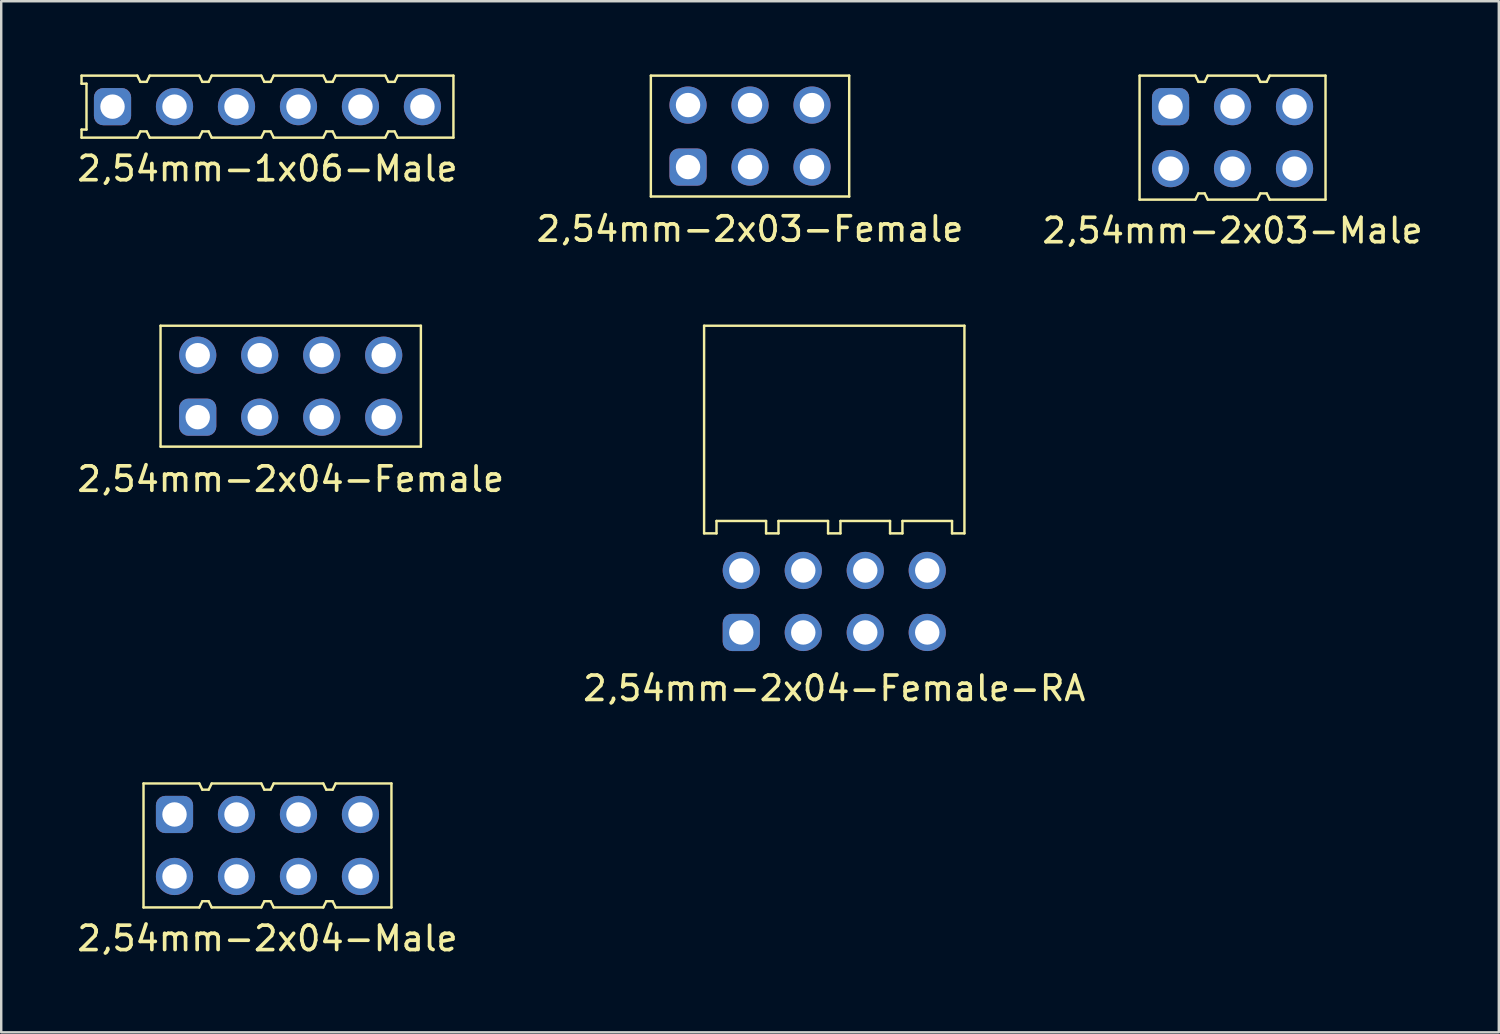
<source format=kicad_pcb>
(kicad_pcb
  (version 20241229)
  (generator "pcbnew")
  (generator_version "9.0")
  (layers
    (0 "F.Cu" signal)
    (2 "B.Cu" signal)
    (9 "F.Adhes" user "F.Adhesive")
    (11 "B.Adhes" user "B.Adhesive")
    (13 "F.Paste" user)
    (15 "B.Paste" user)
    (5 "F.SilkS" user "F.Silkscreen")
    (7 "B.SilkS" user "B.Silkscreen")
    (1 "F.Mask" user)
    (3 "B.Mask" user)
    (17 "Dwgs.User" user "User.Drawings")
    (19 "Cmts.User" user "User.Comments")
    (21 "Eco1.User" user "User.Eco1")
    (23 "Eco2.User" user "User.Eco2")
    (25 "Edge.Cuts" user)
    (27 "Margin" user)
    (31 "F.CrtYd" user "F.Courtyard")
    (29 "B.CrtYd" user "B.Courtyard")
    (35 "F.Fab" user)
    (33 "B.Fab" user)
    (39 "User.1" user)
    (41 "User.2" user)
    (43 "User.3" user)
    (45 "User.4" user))
  (footprint "2,54mm-2x03-Male"
    (layer "F.Cu")
    (at 47.458 2.59)
    (property "Reference" "2,54mm-2x03-Male" (at 0 3.81 0) (layer "F.SilkS") (effects (font (size 1 1) (thickness 0.15))))
    (attr through_hole)
    (fp_line (start -3.81 -2.54) (end -3.81 2.54) (stroke (width 0.1) (type solid)) (layer "F.SilkS"))
    (fp_line (start -3.81 2.54) (end -1.524 2.54) (stroke (width 0.1) (type solid)) (layer "F.SilkS"))
    (fp_line (start -1.524 -2.54) (end -3.81 -2.54) (stroke (width 0.1) (type solid)) (layer "F.SilkS"))
    (fp_line (start -1.524 2.54) (end -1.4 2.286) (stroke (width 0.1) (type solid)) (layer "F.SilkS"))
    (fp_line (start -1.4 -2.286) (end -1.524 -2.54) (stroke (width 0.1) (type solid)) (layer "F.SilkS"))
    (fp_line (start -1.4 2.286) (end -1.14 2.286) (stroke (width 0.1) (type solid)) (layer "F.SilkS"))
    (fp_line (start -1.14 -2.286) (end -1.4 -2.286) (stroke (width 0.1) (type solid)) (layer "F.SilkS"))
    (fp_line (start -1.14 2.286) (end -1.016 2.54) (stroke (width 0.1) (type solid)) (layer "F.SilkS"))
    (fp_line (start -1.016 -2.54) (end -1.14 -2.286) (stroke (width 0.1) (type solid)) (layer "F.SilkS"))
    (fp_line (start -1.016 2.54) (end 1.016 2.54) (stroke (width 0.1) (type solid)) (layer "F.SilkS"))
    (fp_line (start 1.016 -2.54) (end -1.016 -2.54) (stroke (width 0.1) (type solid)) (layer "F.SilkS"))
    (fp_line (start 1.016 2.54) (end 1.14 2.286) (stroke (width 0.1) (type solid)) (layer "F.SilkS"))
    (fp_line (start 1.14 -2.286) (end 1.016 -2.54) (stroke (width 0.1) (type solid)) (layer "F.SilkS"))
    (fp_line (start 1.14 2.286) (end 1.4 2.286) (stroke (width 0.1) (type solid)) (layer "F.SilkS"))
    (fp_line (start 1.4 -2.286) (end 1.14 -2.286) (stroke (width 0.1) (type solid)) (layer "F.SilkS"))
    (fp_line (start 1.4 2.286) (end 1.524 2.54) (stroke (width 0.1) (type solid)) (layer "F.SilkS"))
    (fp_line (start 1.524 -2.54) (end 1.4 -2.286) (stroke (width 0.1) (type solid)) (layer "F.SilkS"))
    (fp_line (start 1.524 2.54) (end 3.81 2.54) (stroke (width 0.1) (type solid)) (layer "F.SilkS"))
    (fp_line (start 3.81 -2.54) (end 1.524 -2.54) (stroke (width 0.1) (type solid)) (layer "F.SilkS"))
    (fp_line (start 3.81 2.54) (end 3.81 -2.54) (stroke (width 0.1) (type solid)) (layer "F.SilkS"))
    (pad "1" thru_hole roundrect (at -2.54 -1.27) (size 1.524 1.524) (drill 1) (layers "*.Cu" "*.Mask") (roundrect_rratio 0.25))
    (pad "2" thru_hole circle (at -2.54 1.27) (size 1.524 1.524) (drill 1) (layers "*.Cu" "*.Mask"))
    (pad "3" thru_hole circle (at 0 -1.27) (size 1.524 1.524) (drill 1) (layers "*.Cu" "*.Mask"))
    (pad "4" thru_hole circle (at 0 1.27) (size 1.524 1.524) (drill 1) (layers "*.Cu" "*.Mask"))
    (pad "5" thru_hole circle (at 2.54 -1.27) (size 1.524 1.524) (drill 1) (layers "*.Cu" "*.Mask"))
    (pad "6" thru_hole circle (at 2.54 1.27) (size 1.524 1.524) (drill 1) (layers "*.Cu" "*.Mask")))
  (footprint "2,54mm-2x03-Female"
    (layer "F.Cu")
    (at 27.685 2.526)
    (property "Reference" "2,54mm-2x03-Female" (at 0 3.81 0) (layer "F.SilkS") (effects (font (size 1 1) (thickness 0.15))))
    (attr through_hole)
    (fp_line (start -4.064 -2.477) (end -4.064 2.477) (stroke (width 0.1) (type solid)) (layer "F.SilkS"))
    (fp_line (start -4.064 2.477) (end 4.064 2.477) (stroke (width 0.1) (type solid)) (layer "F.SilkS"))
    (fp_line (start 4.064 -2.477) (end -4.064 -2.477) (stroke (width 0.1) (type solid)) (layer "F.SilkS"))
    (fp_line (start 4.064 2.477) (end 4.064 -2.477) (stroke (width 0.1) (type solid)) (layer "F.SilkS"))
    (pad "1" thru_hole roundrect (at -2.54 1.27) (size 1.524 1.524) (drill 1) (layers "*.Cu" "*.Mask") (roundrect_rratio 0.25))
    (pad "2" thru_hole circle (at -2.54 -1.27) (size 1.524 1.524) (drill 1) (layers "*.Cu" "*.Mask"))
    (pad "3" thru_hole circle (at 0 1.27) (size 1.524 1.524) (drill 1) (layers "*.Cu" "*.Mask"))
    (pad "4" thru_hole circle (at 0 -1.27) (size 1.524 1.524) (drill 1) (layers "*.Cu" "*.Mask"))
    (pad "5" thru_hole circle (at 2.54 1.27) (size 1.524 1.524) (drill 1) (layers "*.Cu" "*.Mask"))
    (pad "6" thru_hole circle (at 2.54 -1.27) (size 1.524 1.524) (drill 1) (layers "*.Cu" "*.Mask")))
  (footprint "2,54mm-1x06-Male"
    (layer "F.Cu")
    (at 7.911 1.32)
    (property "Reference" "2,54mm-1x06-Male" (at 0 2.54 0) (layer "F.SilkS") (effects (font (size 1 1) (thickness 0.15))))
    (attr through_hole)
    (fp_line (start -7.62 -1.27) (end -7.62 -0.94) (stroke (width 0.1) (type solid)) (layer "F.SilkS"))
    (fp_line (start -7.62 0.94) (end -7.62 1.27) (stroke (width 0.1) (type solid)) (layer "F.SilkS"))
    (fp_line (start -7.62 1.27) (end -5.334 1.27) (stroke (width 0.1) (type solid)) (layer "F.SilkS"))
    (fp_line (start -7.417 -0.94) (end -7.62 -0.94) (stroke (width 0.1) (type solid)) (layer "F.SilkS"))
    (fp_line (start -7.417 -0.94) (end -7.417 0.94) (stroke (width 0.1) (type solid)) (layer "F.SilkS"))
    (fp_line (start -7.417 0.94) (end -7.62 0.94) (stroke (width 0.1) (type solid)) (layer "F.SilkS"))
    (fp_line (start -5.334 -1.27) (end -7.62 -1.27) (stroke (width 0.1) (type solid)) (layer "F.SilkS"))
    (fp_line (start -5.334 1.27) (end -5.21 1.016) (stroke (width 0.1) (type solid)) (layer "F.SilkS"))
    (fp_line (start -5.21 -1.016) (end -5.334 -1.27) (stroke (width 0.1) (type solid)) (layer "F.SilkS"))
    (fp_line (start -5.21 1.016) (end -4.95 1.016) (stroke (width 0.1) (type solid)) (layer "F.SilkS"))
    (fp_line (start -4.95 -1.016) (end -5.21 -1.016) (stroke (width 0.1) (type solid)) (layer "F.SilkS"))
    (fp_line (start -4.95 1.016) (end -4.826 1.27) (stroke (width 0.1) (type solid)) (layer "F.SilkS"))
    (fp_line (start -4.826 -1.27) (end -4.95 -1.016) (stroke (width 0.1) (type solid)) (layer "F.SilkS"))
    (fp_line (start -4.826 1.27) (end -2.794 1.27) (stroke (width 0.1) (type solid)) (layer "F.SilkS"))
    (fp_line (start -2.794 -1.27) (end -4.826 -1.27) (stroke (width 0.1) (type solid)) (layer "F.SilkS"))
    (fp_line (start -2.794 1.27) (end -2.67 1.016) (stroke (width 0.1) (type solid)) (layer "F.SilkS"))
    (fp_line (start -2.67 -1.016) (end -2.794 -1.27) (stroke (width 0.1) (type solid)) (layer "F.SilkS"))
    (fp_line (start -2.67 1.016) (end -2.41 1.016) (stroke (width 0.1) (type solid)) (layer "F.SilkS"))
    (fp_line (start -2.41 -1.016) (end -2.67 -1.016) (stroke (width 0.1) (type solid)) (layer "F.SilkS"))
    (fp_line (start -2.41 1.016) (end -2.286 1.27) (stroke (width 0.1) (type solid)) (layer "F.SilkS"))
    (fp_line (start -2.286 -1.27) (end -2.41 -1.016) (stroke (width 0.1) (type solid)) (layer "F.SilkS"))
    (fp_line (start -2.286 1.27) (end -0.254 1.27) (stroke (width 0.1) (type solid)) (layer "F.SilkS"))
    (fp_line (start -0.254 -1.27) (end -2.286 -1.27) (stroke (width 0.1) (type solid)) (layer "F.SilkS"))
    (fp_line (start -0.254 1.27) (end -0.13 1.016) (stroke (width 0.1) (type solid)) (layer "F.SilkS"))
    (fp_line (start -0.13 -1.016) (end -0.254 -1.27) (stroke (width 0.1) (type solid)) (layer "F.SilkS"))
    (fp_line (start -0.13 1.016) (end 0.13 1.016) (stroke (width 0.1) (type solid)) (layer "F.SilkS"))
    (fp_line (start 0.13 -1.016) (end -0.13 -1.016) (stroke (width 0.1) (type solid)) (layer "F.SilkS"))
    (fp_line (start 0.13 1.016) (end 0.254 1.27) (stroke (width 0.1) (type solid)) (layer "F.SilkS"))
    (fp_line (start 0.254 -1.27) (end 0.13 -1.016) (stroke (width 0.1) (type solid)) (layer "F.SilkS"))
    (fp_line (start 0.254 1.27) (end 2.286 1.27) (stroke (width 0.1) (type solid)) (layer "F.SilkS"))
    (fp_line (start 2.286 -1.27) (end 0.254 -1.27) (stroke (width 0.1) (type solid)) (layer "F.SilkS"))
    (fp_line (start 2.286 1.27) (end 2.41 1.016) (stroke (width 0.1) (type solid)) (layer "F.SilkS"))
    (fp_line (start 2.41 -1.016) (end 2.286 -1.27) (stroke (width 0.1) (type solid)) (layer "F.SilkS"))
    (fp_line (start 2.41 1.016) (end 2.67 1.016) (stroke (width 0.1) (type solid)) (layer "F.SilkS"))
    (fp_line (start 2.67 -1.016) (end 2.41 -1.016) (stroke (width 0.1) (type solid)) (layer "F.SilkS"))
    (fp_line (start 2.67 1.016) (end 2.794 1.27) (stroke (width 0.1) (type solid)) (layer "F.SilkS"))
    (fp_line (start 2.794 -1.27) (end 2.67 -1.016) (stroke (width 0.1) (type solid)) (layer "F.SilkS"))
    (fp_line (start 2.794 1.27) (end 4.826 1.27) (stroke (width 0.1) (type solid)) (layer "F.SilkS"))
    (fp_line (start 4.826 -1.27) (end 2.794 -1.27) (stroke (width 0.1) (type solid)) (layer "F.SilkS"))
    (fp_line (start 4.826 1.27) (end 4.95 1.016) (stroke (width 0.1) (type solid)) (layer "F.SilkS"))
    (fp_line (start 4.95 -1.016) (end 4.826 -1.27) (stroke (width 0.1) (type solid)) (layer "F.SilkS"))
    (fp_line (start 4.95 1.016) (end 5.21 1.016) (stroke (width 0.1) (type solid)) (layer "F.SilkS"))
    (fp_line (start 5.21 -1.016) (end 4.95 -1.016) (stroke (width 0.1) (type solid)) (layer "F.SilkS"))
    (fp_line (start 5.21 1.016) (end 5.334 1.27) (stroke (width 0.1) (type solid)) (layer "F.SilkS"))
    (fp_line (start 5.334 -1.27) (end 5.21 -1.016) (stroke (width 0.1) (type solid)) (layer "F.SilkS"))
    (fp_line (start 5.334 1.27) (end 7.62 1.27) (stroke (width 0.1) (type solid)) (layer "F.SilkS"))
    (fp_line (start 7.62 -1.27) (end 5.334 -1.27) (stroke (width 0.1) (type solid)) (layer "F.SilkS"))
    (fp_line (start 7.62 1.27) (end 7.62 -1.27) (stroke (width 0.1) (type solid)) (layer "F.SilkS"))
    (pad "1" thru_hole roundrect (at -6.35 0) (size 1.524 1.524) (drill 1) (layers "*.Cu" "*.Mask") (roundrect_rratio 0.25))
    (pad "2" thru_hole circle (at -3.81 0) (size 1.524 1.524) (drill 1) (layers "*.Cu" "*.Mask"))
    (pad "3" thru_hole circle (at -1.27 0) (size 1.524 1.524) (drill 1) (layers "*.Cu" "*.Mask"))
    (pad "4" thru_hole circle (at 1.27 0) (size 1.524 1.524) (drill 1) (layers "*.Cu" "*.Mask"))
    (pad "5" thru_hole circle (at 3.81 0) (size 1.524 1.524) (drill 1) (layers "*.Cu" "*.Mask"))
    (pad "5" thru_hole circle (at 6.35 0) (size 1.524 1.524) (drill 1) (layers "*.Cu" "*.Mask")))
  (footprint "2,54mm-2x04-Male"
    (layer "F.Cu")
    (at 7.911 31.596)
    (property "Reference" "2,54mm-2x04-Male" (at 0 3.81 0) (layer "F.SilkS") (effects (font (size 1 1) (thickness 0.15))))
    (attr through_hole)
    (fp_line (start -5.08 -2.54) (end -5.08 2.54) (stroke (width 0.1) (type solid)) (layer "F.SilkS"))
    (fp_line (start -5.08 2.54) (end -2.794 2.54) (stroke (width 0.1) (type solid)) (layer "F.SilkS"))
    (fp_line (start -2.794 -2.54) (end -5.08 -2.54) (stroke (width 0.1) (type solid)) (layer "F.SilkS"))
    (fp_line (start -2.794 2.54) (end -2.67 2.286) (stroke (width 0.1) (type solid)) (layer "F.SilkS"))
    (fp_line (start -2.67 -2.286) (end -2.794 -2.54) (stroke (width 0.1) (type solid)) (layer "F.SilkS"))
    (fp_line (start -2.67 2.286) (end -2.41 2.286) (stroke (width 0.1) (type solid)) (layer "F.SilkS"))
    (fp_line (start -2.41 -2.286) (end -2.67 -2.286) (stroke (width 0.1) (type solid)) (layer "F.SilkS"))
    (fp_line (start -2.41 2.286) (end -2.286 2.54) (stroke (width 0.1) (type solid)) (layer "F.SilkS"))
    (fp_line (start -2.286 -2.54) (end -2.41 -2.286) (stroke (width 0.1) (type solid)) (layer "F.SilkS"))
    (fp_line (start -2.286 2.54) (end -0.254 2.54) (stroke (width 0.1) (type solid)) (layer "F.SilkS"))
    (fp_line (start -0.254 -2.54) (end -2.286 -2.54) (stroke (width 0.1) (type solid)) (layer "F.SilkS"))
    (fp_line (start -0.254 2.54) (end -0.13 2.286) (stroke (width 0.1) (type solid)) (layer "F.SilkS"))
    (fp_line (start -0.13 -2.286) (end -0.254 -2.54) (stroke (width 0.1) (type solid)) (layer "F.SilkS"))
    (fp_line (start -0.13 2.286) (end 0.13 2.286) (stroke (width 0.1) (type solid)) (layer "F.SilkS"))
    (fp_line (start 0.13 -2.286) (end -0.13 -2.286) (stroke (width 0.1) (type solid)) (layer "F.SilkS"))
    (fp_line (start 0.13 2.286) (end 0.254 2.54) (stroke (width 0.1) (type solid)) (layer "F.SilkS"))
    (fp_line (start 0.254 -2.54) (end 0.13 -2.286) (stroke (width 0.1) (type solid)) (layer "F.SilkS"))
    (fp_line (start 0.254 2.54) (end 2.286 2.54) (stroke (width 0.1) (type solid)) (layer "F.SilkS"))
    (fp_line (start 2.286 -2.54) (end 0.254 -2.54) (stroke (width 0.1) (type solid)) (layer "F.SilkS"))
    (fp_line (start 2.286 2.54) (end 2.41 2.286) (stroke (width 0.1) (type solid)) (layer "F.SilkS"))
    (fp_line (start 2.41 -2.286) (end 2.286 -2.54) (stroke (width 0.1) (type solid)) (layer "F.SilkS"))
    (fp_line (start 2.41 2.286) (end 2.67 2.286) (stroke (width 0.1) (type solid)) (layer "F.SilkS"))
    (fp_line (start 2.67 -2.286) (end 2.41 -2.286) (stroke (width 0.1) (type solid)) (layer "F.SilkS"))
    (fp_line (start 2.67 2.286) (end 2.794 2.54) (stroke (width 0.1) (type solid)) (layer "F.SilkS"))
    (fp_line (start 2.794 -2.54) (end 2.67 -2.286) (stroke (width 0.1) (type solid)) (layer "F.SilkS"))
    (fp_line (start 2.794 2.54) (end 5.08 2.54) (stroke (width 0.1) (type solid)) (layer "F.SilkS"))
    (fp_line (start 5.08 -2.54) (end 2.794 -2.54) (stroke (width 0.1) (type solid)) (layer "F.SilkS"))
    (fp_line (start 5.08 2.54) (end 5.08 -2.54) (stroke (width 0.1) (type solid)) (layer "F.SilkS"))
    (pad "1" thru_hole roundrect (at -3.81 -1.27) (size 1.524 1.524) (drill 1) (layers "*.Cu" "*.Mask") (roundrect_rratio 0.25))
    (pad "2" thru_hole circle (at -3.81 1.27) (size 1.524 1.524) (drill 1) (layers "*.Cu" "*.Mask"))
    (pad "3" thru_hole circle (at -1.27 -1.27) (size 1.524 1.524) (drill 1) (layers "*.Cu" "*.Mask"))
    (pad "4" thru_hole circle (at -1.27 1.27) (size 1.524 1.524) (drill 1) (layers "*.Cu" "*.Mask"))
    (pad "5" thru_hole circle (at 1.27 -1.27) (size 1.524 1.524) (drill 1) (layers "*.Cu" "*.Mask"))
    (pad "6" thru_hole circle (at 1.27 1.27) (size 1.524 1.524) (drill 1) (layers "*.Cu" "*.Mask"))
    (pad "7" thru_hole circle (at 3.81 -1.27) (size 1.524 1.524) (drill 1) (layers "*.Cu" "*.Mask"))
    (pad "8" thru_hole circle (at 3.81 1.27) (size 1.524 1.524) (drill 1) (layers "*.Cu" "*.Mask")))
  (footprint "2,54mm-2x04-Female"
    (layer "F.Cu")
    (at 8.863 12.775)
    (property "Reference" "2,54mm-2x04-Female" (at 0 3.81 0) (layer "F.SilkS") (effects (font (size 1 1) (thickness 0.15))))
    (attr through_hole)
    (fp_line (start -5.334 -2.477) (end -5.334 2.477) (stroke (width 0.1) (type solid)) (layer "F.SilkS"))
    (fp_line (start -5.334 2.477) (end 5.334 2.477) (stroke (width 0.1) (type solid)) (layer "F.SilkS"))
    (fp_line (start 5.334 -2.477) (end -5.334 -2.477) (stroke (width 0.1) (type solid)) (layer "F.SilkS"))
    (fp_line (start 5.334 2.477) (end 5.334 -2.477) (stroke (width 0.1) (type solid)) (layer "F.SilkS"))
    (pad "1" thru_hole roundrect (at -3.81 1.27) (size 1.524 1.524) (drill 1) (layers "*.Cu" "*.Mask") (roundrect_rratio 0.25))
    (pad "2" thru_hole circle (at -3.81 -1.27) (size 1.524 1.524) (drill 1) (layers "*.Cu" "*.Mask"))
    (pad "3" thru_hole circle (at -1.27 1.27) (size 1.524 1.524) (drill 1) (layers "*.Cu" "*.Mask"))
    (pad "4" thru_hole circle (at -1.27 -1.27) (size 1.524 1.524) (drill 1) (layers "*.Cu" "*.Mask"))
    (pad "5" thru_hole circle (at 1.27 1.27) (size 1.524 1.524) (drill 1) (layers "*.Cu" "*.Mask"))
    (pad "6" thru_hole circle (at 1.27 -1.27) (size 1.524 1.524) (drill 1) (layers "*.Cu" "*.Mask"))
    (pad "7" thru_hole circle (at 3.81 1.27) (size 1.524 1.524) (drill 1) (layers "*.Cu" "*.Mask"))
    (pad "8" thru_hole circle (at 3.81 -1.27) (size 1.524 1.524) (drill 1) (layers "*.Cu" "*.Mask")))
  (footprint "2,54mm-2x04-Female-RA"
    (layer "F.Cu")
    (at 31.137 18.807)
    (property "Reference" "2,54mm-2x04-Female-RA" (at 0 6.35 0) (layer "F.SilkS") (effects (font (size 1 1) (thickness 0.15))))
    (attr through_hole)
    (fp_line (start -5.334 -8.509) (end -5.334 0) (stroke (width 0.1) (type solid)) (layer "F.SilkS"))
    (fp_line (start -5.334 -8.509) (end 5.334 -8.509) (stroke (width 0.1) (type solid)) (layer "F.SilkS"))
    (fp_line (start -5.334 0) (end -4.826 0) (stroke (width 0.1) (type solid)) (layer "F.SilkS"))
    (fp_line (start -4.826 -0.508) (end -4.826 0) (stroke (width 0.1) (type solid)) (layer "F.SilkS"))
    (fp_line (start -2.794 -0.508) (end -4.826 -0.508) (stroke (width 0.1) (type solid)) (layer "F.SilkS"))
    (fp_line (start -2.794 0) (end -2.794 -0.508) (stroke (width 0.1) (type solid)) (layer "F.SilkS"))
    (fp_line (start -2.794 0) (end -2.286 0) (stroke (width 0.1) (type solid)) (layer "F.SilkS"))
    (fp_line (start -2.286 -0.508) (end -2.286 0) (stroke (width 0.1) (type solid)) (layer "F.SilkS"))
    (fp_line (start -0.254 -0.508) (end -2.286 -0.508) (stroke (width 0.1) (type solid)) (layer "F.SilkS"))
    (fp_line (start -0.254 0) (end -0.254 -0.508) (stroke (width 0.1) (type solid)) (layer "F.SilkS"))
    (fp_line (start -0.254 0) (end 0.254 0) (stroke (width 0.1) (type solid)) (layer "F.SilkS"))
    (fp_line (start 0.254 -0.508) (end 0.254 0) (stroke (width 0.1) (type solid)) (layer "F.SilkS"))
    (fp_line (start 2.286 -0.508) (end 0.254 -0.508) (stroke (width 0.1) (type solid)) (layer "F.SilkS"))
    (fp_line (start 2.286 0) (end 2.286 -0.508) (stroke (width 0.1) (type solid)) (layer "F.SilkS"))
    (fp_line (start 2.286 0) (end 2.794 0) (stroke (width 0.1) (type solid)) (layer "F.SilkS"))
    (fp_line (start 2.794 -0.508) (end 2.794 0) (stroke (width 0.1) (type solid)) (layer "F.SilkS"))
    (fp_line (start 4.826 -0.508) (end 2.794 -0.508) (stroke (width 0.1) (type solid)) (layer "F.SilkS"))
    (fp_line (start 4.826 0) (end 4.826 -0.508) (stroke (width 0.1) (type solid)) (layer "F.SilkS"))
    (fp_line (start 4.826 0) (end 5.334 0) (stroke (width 0.1) (type solid)) (layer "F.SilkS"))
    (fp_line (start 5.334 -8.509) (end 5.334 0) (stroke (width 0.1) (type solid)) (layer "F.SilkS"))
    (pad "1" thru_hole roundrect (at -3.81 4.06) (size 1.524 1.524) (drill 1) (layers "*.Cu" "*.Mask") (roundrect_rratio 0.25))
    (pad "2" thru_hole circle (at -3.81 1.52) (size 1.524 1.524) (drill 1) (layers "*.Cu" "*.Mask"))
    (pad "3" thru_hole circle (at -1.27 4.06) (size 1.524 1.524) (drill 1) (layers "*.Cu" "*.Mask"))
    (pad "4" thru_hole circle (at -1.27 1.52) (size 1.524 1.524) (drill 1) (layers "*.Cu" "*.Mask"))
    (pad "5" thru_hole circle (at 1.27 4.06) (size 1.524 1.524) (drill 1) (layers "*.Cu" "*.Mask"))
    (pad "6" thru_hole circle (at 1.27 1.52) (size 1.524 1.524) (drill 1) (layers "*.Cu" "*.Mask"))
    (pad "7" thru_hole circle (at 3.81 4.06) (size 1.524 1.524) (drill 1) (layers "*.Cu" "*.Mask"))
    (pad "8" thru_hole circle (at 3.81 1.52) (size 1.524 1.524) (drill 1) (layers "*.Cu" "*.Mask")))
  (gr_rect
    (start -3 -3)
    (end 58.369 39.254)
    (stroke (width 0.1) (type default))
    (fill no)
    (layer "Edge.Cuts")))
</source>
